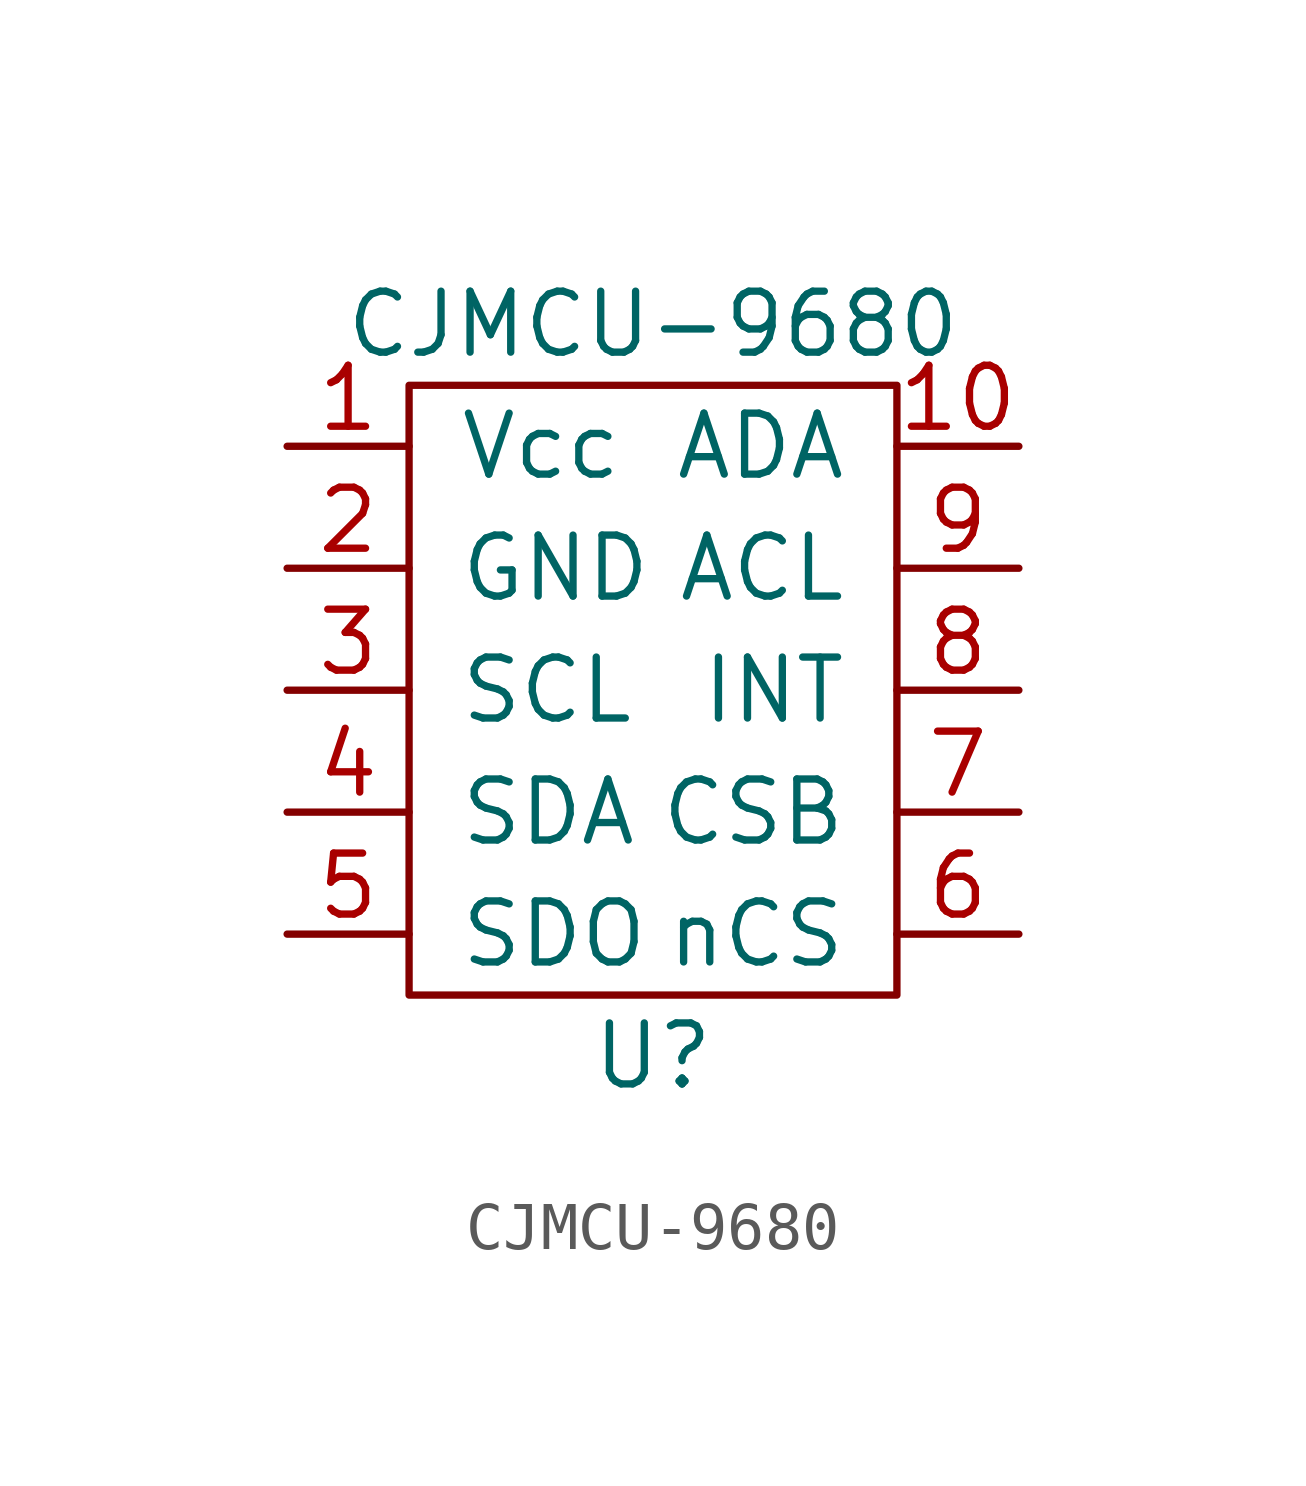
<source format=kicad_sym>
(kicad_symbol_lib
  (version 20211014)
  (generator kicad_symbol_editor)
  (symbol "CJMCU-9680"
    (pin_names
      (offset 1.016))
    (property "Reference" "U"
      (at 0 -7.62 0)
      (effects (font (size 1.27 1.27))))
    (property "Value" "CJMCU-9680"
      (at 0 7.62 0)
      (effects (font (size 1.27 1.27))))
    (symbol "CJMCU-9680_0_1"
      (rectangle (start -5.08 6.35) (end 5.08 -6.35) (stroke (width 0) (type default) (color 0 0 0 0)) (fill (type none))))
    (symbol "CJMCU-9680_1_1"
      (pin input line (at -7.62 5.08 0) (length 2.54) (name "Vcc" (effects (font (size 1.27 1.27)))) (number "1" (effects (font (size 1.27 1.27)))))
      (pin input line (at 7.62 5.08 180) (length 2.54) (name "ADA" (effects (font (size 1.27 1.27)))) (number "10" (effects (font (size 1.27 1.27)))))
      (pin input line (at -7.62 2.54 0) (length 2.54) (name "GND" (effects (font (size 1.27 1.27)))) (number "2" (effects (font (size 1.27 1.27)))))
      (pin input line (at -7.62 0 0) (length 2.54) (name "SCL" (effects (font (size 1.27 1.27)))) (number "3" (effects (font (size 1.27 1.27)))))
      (pin input line (at -7.62 -2.54 0) (length 2.54) (name "SDA" (effects (font (size 1.27 1.27)))) (number "4" (effects (font (size 1.27 1.27)))))
      (pin input line (at -7.62 -5.08 0) (length 2.54) (name "SDO" (effects (font (size 1.27 1.27)))) (number "5" (effects (font (size 1.27 1.27)))))
      (pin input line (at 7.62 -5.08 180) (length 2.54) (name "nCS" (effects (font (size 1.27 1.27)))) (number "6" (effects (font (size 1.27 1.27)))))
      (pin input line (at 7.62 -2.54 180) (length 2.54) (name "CSB" (effects (font (size 1.27 1.27)))) (number "7" (effects (font (size 1.27 1.27)))))
      (pin input line (at 7.62 0 180) (length 2.54) (name "INT" (effects (font (size 1.27 1.27)))) (number "8" (effects (font (size 1.27 1.27)))))
      (pin input line (at 7.62 2.54 180) (length 2.54) (name "ACL" (effects (font (size 1.27 1.27)))) (number "9" (effects (font (size 1.27 1.27))))))))
</source>
